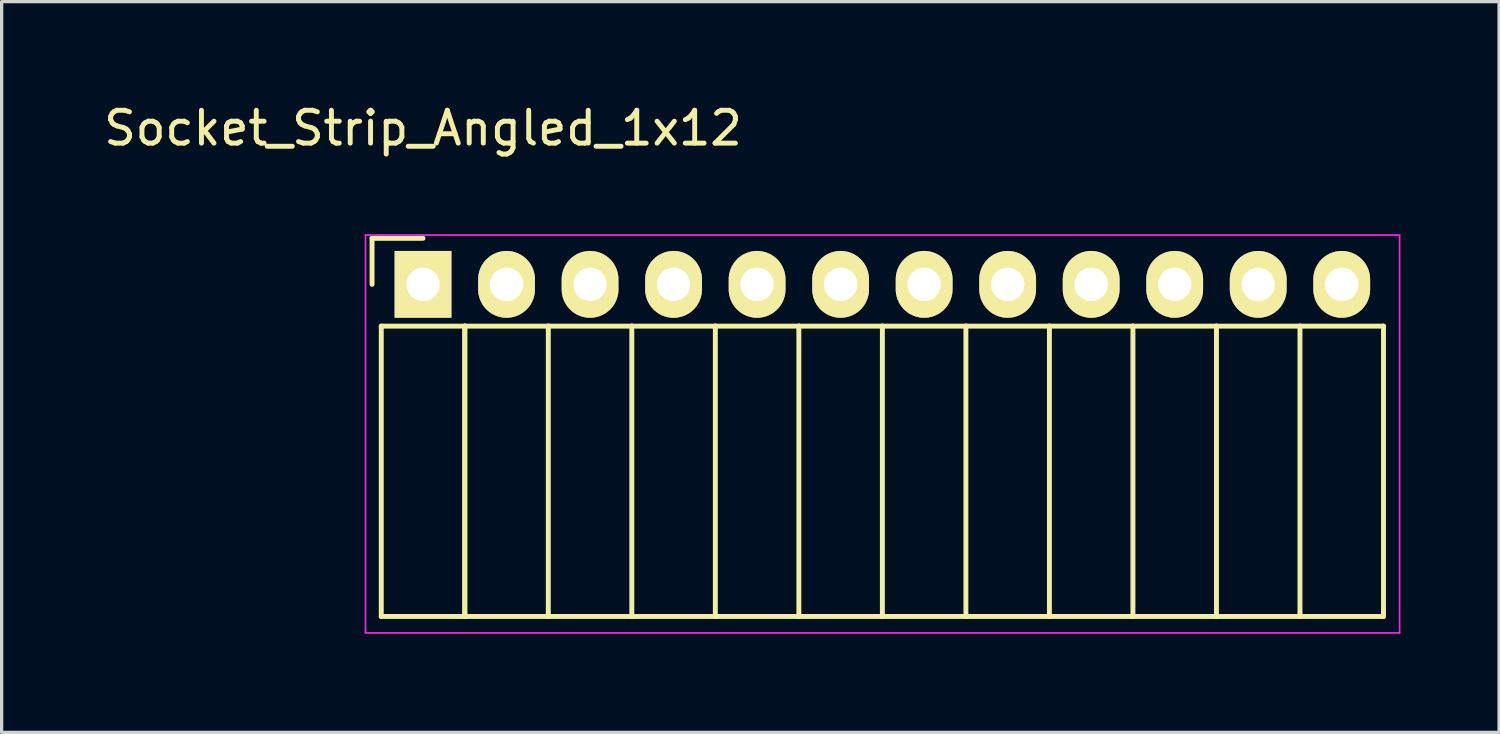
<source format=kicad_pcb>
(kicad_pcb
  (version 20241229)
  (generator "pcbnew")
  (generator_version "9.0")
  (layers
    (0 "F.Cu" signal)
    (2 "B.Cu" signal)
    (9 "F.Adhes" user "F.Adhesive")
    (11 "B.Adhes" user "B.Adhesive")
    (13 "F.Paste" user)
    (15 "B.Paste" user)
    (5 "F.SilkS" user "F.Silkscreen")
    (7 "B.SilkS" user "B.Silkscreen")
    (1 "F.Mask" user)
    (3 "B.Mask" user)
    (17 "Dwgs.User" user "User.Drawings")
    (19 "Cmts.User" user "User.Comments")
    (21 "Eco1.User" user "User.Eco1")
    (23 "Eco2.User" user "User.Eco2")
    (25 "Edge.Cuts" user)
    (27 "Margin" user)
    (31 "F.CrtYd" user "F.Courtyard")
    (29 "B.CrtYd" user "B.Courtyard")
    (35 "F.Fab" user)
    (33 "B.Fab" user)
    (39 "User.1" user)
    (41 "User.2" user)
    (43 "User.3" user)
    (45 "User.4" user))
  (footprint "Socket_Strip_Angled_1x12"
    (layer "F.Cu")
    (at 9.815 5.598)
    (property "Reference" "Socket_Strip_Angled_1x12" (at 0 -4.75 0) (layer "F.SilkS") (effects (font (size 1 1) (thickness 0.15))))
    (attr through_hole)
    (fp_line (start -1.55 -1.4) (end -1.55 0) (stroke (width 0.15) (type solid)) (layer "F.SilkS"))
    (fp_line (start -1.27 1.27) (end -1.27 10.1) (stroke (width 0.15) (type solid)) (layer "F.SilkS"))
    (fp_line (start -1.27 1.27) (end 1.27 1.27) (stroke (width 0.15) (type solid)) (layer "F.SilkS"))
    (fp_line (start -1.27 10.1) (end 1.27 10.1) (stroke (width 0.15) (type solid)) (layer "F.SilkS"))
    (fp_line (start 0 -1.4) (end -1.55 -1.4) (stroke (width 0.15) (type solid)) (layer "F.SilkS"))
    (fp_line (start 1.27 1.27) (end 1.27 10.1) (stroke (width 0.15) (type solid)) (layer "F.SilkS"))
    (fp_line (start 1.27 1.27) (end 3.81 1.27) (stroke (width 0.15) (type solid)) (layer "F.SilkS"))
    (fp_line (start 1.27 10.1) (end 1.27 1.27) (stroke (width 0.15) (type solid)) (layer "F.SilkS"))
    (fp_line (start 1.27 10.1) (end 3.81 10.1) (stroke (width 0.15) (type solid)) (layer "F.SilkS"))
    (fp_line (start 3.81 1.27) (end 6.35 1.27) (stroke (width 0.15) (type solid)) (layer "F.SilkS"))
    (fp_line (start 3.81 10.1) (end 3.81 1.27) (stroke (width 0.15) (type solid)) (layer "F.SilkS"))
    (fp_line (start 3.81 10.1) (end 6.35 10.1) (stroke (width 0.15) (type solid)) (layer "F.SilkS"))
    (fp_line (start 6.35 1.27) (end 8.89 1.27) (stroke (width 0.15) (type solid)) (layer "F.SilkS"))
    (fp_line (start 6.35 10.1) (end 6.35 1.27) (stroke (width 0.15) (type solid)) (layer "F.SilkS"))
    (fp_line (start 6.35 10.1) (end 8.89 10.1) (stroke (width 0.15) (type solid)) (layer "F.SilkS"))
    (fp_line (start 8.89 1.27) (end 11.43 1.27) (stroke (width 0.15) (type solid)) (layer "F.SilkS"))
    (fp_line (start 8.89 10.1) (end 8.89 1.27) (stroke (width 0.15) (type solid)) (layer "F.SilkS"))
    (fp_line (start 8.89 10.1) (end 11.43 10.1) (stroke (width 0.15) (type solid)) (layer "F.SilkS"))
    (fp_line (start 11.43 1.27) (end 13.97 1.27) (stroke (width 0.15) (type solid)) (layer "F.SilkS"))
    (fp_line (start 11.43 10.1) (end 11.43 1.27) (stroke (width 0.15) (type solid)) (layer "F.SilkS"))
    (fp_line (start 11.43 10.1) (end 13.97 10.1) (stroke (width 0.15) (type solid)) (layer "F.SilkS"))
    (fp_line (start 13.97 1.27) (end 16.51 1.27) (stroke (width 0.15) (type solid)) (layer "F.SilkS"))
    (fp_line (start 13.97 10.1) (end 13.97 1.27) (stroke (width 0.15) (type solid)) (layer "F.SilkS"))
    (fp_line (start 13.97 10.1) (end 16.51 10.1) (stroke (width 0.15) (type solid)) (layer "F.SilkS"))
    (fp_line (start 16.51 1.27) (end 19.05 1.27) (stroke (width 0.15) (type solid)) (layer "F.SilkS"))
    (fp_line (start 16.51 10.1) (end 16.51 1.27) (stroke (width 0.15) (type solid)) (layer "F.SilkS"))
    (fp_line (start 16.51 10.1) (end 19.05 10.1) (stroke (width 0.15) (type solid)) (layer "F.SilkS"))
    (fp_line (start 19.05 1.27) (end 21.59 1.27) (stroke (width 0.15) (type solid)) (layer "F.SilkS"))
    (fp_line (start 19.05 10.1) (end 19.05 1.27) (stroke (width 0.15) (type solid)) (layer "F.SilkS"))
    (fp_line (start 19.05 10.1) (end 21.59 10.1) (stroke (width 0.15) (type solid)) (layer "F.SilkS"))
    (fp_line (start 21.59 1.27) (end 24.13 1.27) (stroke (width 0.15) (type solid)) (layer "F.SilkS"))
    (fp_line (start 21.59 10.1) (end 21.59 1.27) (stroke (width 0.15) (type solid)) (layer "F.SilkS"))
    (fp_line (start 21.59 10.1) (end 24.13 10.1) (stroke (width 0.15) (type solid)) (layer "F.SilkS"))
    (fp_line (start 24.13 1.27) (end 26.67 1.27) (stroke (width 0.15) (type solid)) (layer "F.SilkS"))
    (fp_line (start 24.13 10.1) (end 24.13 1.27) (stroke (width 0.15) (type solid)) (layer "F.SilkS"))
    (fp_line (start 24.13 10.1) (end 26.67 10.1) (stroke (width 0.15) (type solid)) (layer "F.SilkS"))
    (fp_line (start 26.67 1.27) (end 29.21 1.27) (stroke (width 0.15) (type solid)) (layer "F.SilkS"))
    (fp_line (start 26.67 10.1) (end 26.67 1.27) (stroke (width 0.15) (type solid)) (layer "F.SilkS"))
    (fp_line (start 26.67 10.1) (end 29.21 10.1) (stroke (width 0.15) (type solid)) (layer "F.SilkS"))
    (fp_line (start 29.21 10.1) (end 29.21 1.27) (stroke (width 0.15) (type solid)) (layer "F.SilkS"))
    (fp_line (start -1.75 -1.5) (end -1.75 10.6) (stroke (width 0.05) (type solid)) (layer "F.CrtYd"))
    (fp_line (start -1.75 -1.5) (end 29.7 -1.5) (stroke (width 0.05) (type solid)) (layer "F.CrtYd"))
    (fp_line (start -1.75 10.6) (end 29.7 10.6) (stroke (width 0.05) (type solid)) (layer "F.CrtYd"))
    (fp_line (start 29.7 -1.5) (end 29.7 10.6) (stroke (width 0.05) (type solid)) (layer "F.CrtYd"))
    (pad "1" thru_hole rect (at 0 0) (size 1.727 2.032) (drill 1.016) (layers "*.Cu" "*.Mask" "F.SilkS"))
    (pad "2" thru_hole oval (at 2.54 0) (size 1.727 2.032) (drill 1.016) (layers "*.Cu" "*.Mask" "F.SilkS"))
    (pad "3" thru_hole oval (at 5.08 0) (size 1.727 2.032) (drill 1.016) (layers "*.Cu" "*.Mask" "F.SilkS"))
    (pad "4" thru_hole oval (at 7.62 0) (size 1.727 2.032) (drill 1.016) (layers "*.Cu" "*.Mask" "F.SilkS"))
    (pad "5" thru_hole oval (at 10.16 0) (size 1.727 2.032) (drill 1.016) (layers "*.Cu" "*.Mask" "F.SilkS"))
    (pad "6" thru_hole oval (at 12.7 0) (size 1.727 2.032) (drill 1.016) (layers "*.Cu" "*.Mask" "F.SilkS"))
    (pad "7" thru_hole oval (at 15.24 0) (size 1.727 2.032) (drill 1.016) (layers "*.Cu" "*.Mask" "F.SilkS"))
    (pad "8" thru_hole oval (at 17.78 0) (size 1.727 2.032) (drill 1.016) (layers "*.Cu" "*.Mask" "F.SilkS"))
    (pad "9" thru_hole oval (at 20.32 0) (size 1.727 2.032) (drill 1.016) (layers "*.Cu" "*.Mask" "F.SilkS"))
    (pad "10" thru_hole oval (at 22.86 0) (size 1.727 2.032) (drill 1.016) (layers "*.Cu" "*.Mask" "F.SilkS"))
    (pad "11" thru_hole oval (at 25.4 0) (size 1.727 2.032) (drill 1.016) (layers "*.Cu" "*.Mask" "F.SilkS"))
    (pad "12" thru_hole oval (at 27.94 0) (size 1.727 2.032) (drill 1.016) (layers "*.Cu" "*.Mask" "F.SilkS")))
  (gr_rect
    (start -3 -3)
    (end 42.54 19.223)
    (stroke (width 0.1) (type default))
    (fill no)
    (layer "Edge.Cuts")))
</source>
